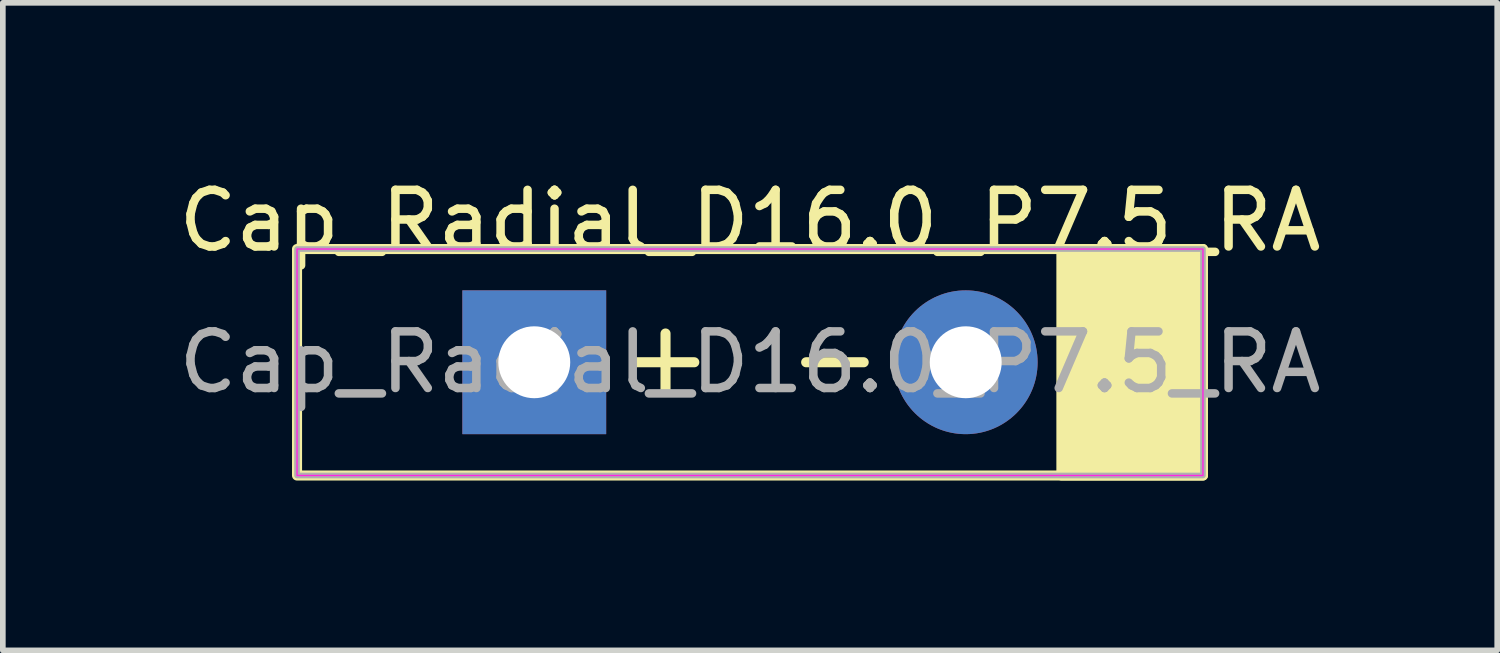
<source format=kicad_pcb>
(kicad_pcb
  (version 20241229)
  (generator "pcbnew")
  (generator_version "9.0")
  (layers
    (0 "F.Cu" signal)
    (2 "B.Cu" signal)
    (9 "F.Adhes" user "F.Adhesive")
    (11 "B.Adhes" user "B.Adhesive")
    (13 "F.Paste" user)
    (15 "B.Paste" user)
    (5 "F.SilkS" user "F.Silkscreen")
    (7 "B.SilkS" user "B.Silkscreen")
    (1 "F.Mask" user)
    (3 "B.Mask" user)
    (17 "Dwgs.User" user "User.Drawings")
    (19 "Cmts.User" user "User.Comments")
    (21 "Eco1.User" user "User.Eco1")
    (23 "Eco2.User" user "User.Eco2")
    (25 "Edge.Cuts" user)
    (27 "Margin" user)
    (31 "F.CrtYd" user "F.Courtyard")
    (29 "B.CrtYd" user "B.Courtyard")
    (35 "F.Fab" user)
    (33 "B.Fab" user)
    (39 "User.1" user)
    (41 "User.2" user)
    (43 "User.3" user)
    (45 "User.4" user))
  (footprint "Cap_Radial_D16.0_P7.5_RA"
    (layer "F.Cu")
    (at 10.196 3.348)
    (property "Reference" "Cap_Radial_D16.0_P7.5_RA" (at 0 -2.5 0) (layer "F.SilkS") (effects (font (size 1 1) (thickness 0.15))))
    (attr through_hole)
    (fp_line (start -2 0) (end -0.984 0) (stroke (width 0.178) (type solid)) (layer "F.SilkS"))
    (fp_line (start -1.492 -0.508) (end -1.492 0.508) (stroke (width 0.178) (type solid)) (layer "F.SilkS"))
    (fp_line (start 0.992 0) (end 2.008 0) (stroke (width 0.178) (type solid)) (layer "F.SilkS"))
    (fp_rect (start -8 -2) (end 8 2) (stroke (width 0.178) (type default)) (fill no) (layer "F.SilkS"))
    (fp_rect (start 5.5 -2) (end 8 2) (stroke (width 0.178) (type solid)) (fill yes) (layer "F.SilkS"))
    (fp_rect (start -8 -2) (end 8 2) (stroke (width 0.025) (type solid)) (fill no) (layer "F.CrtYd"))
    (fp_rect (start -8 2) (end 8 -2) (stroke (width 0.1) (type solid)) (fill no) (layer "F.Fab"))
    (fp_text user "${REFERENCE}" (at 0 0 0) (layer "F.Fab") (effects (font (size 1 1) (thickness 0.15))))
    (pad "N" thru_hole circle (at 3.81 0) (size 2.54 2.54) (drill 1.27) (layers "*.Cu" "*.Mask"))
    (pad "P" thru_hole rect (at -3.81 0) (size 2.54 2.54) (drill 1.27) (layers "*.Cu" "*.Mask")))
  (gr_rect
    (start -3 -3)
    (end 23.393 8.437)
    (stroke (width 0.1) (type default))
    (fill no)
    (layer "Edge.Cuts")))
</source>
